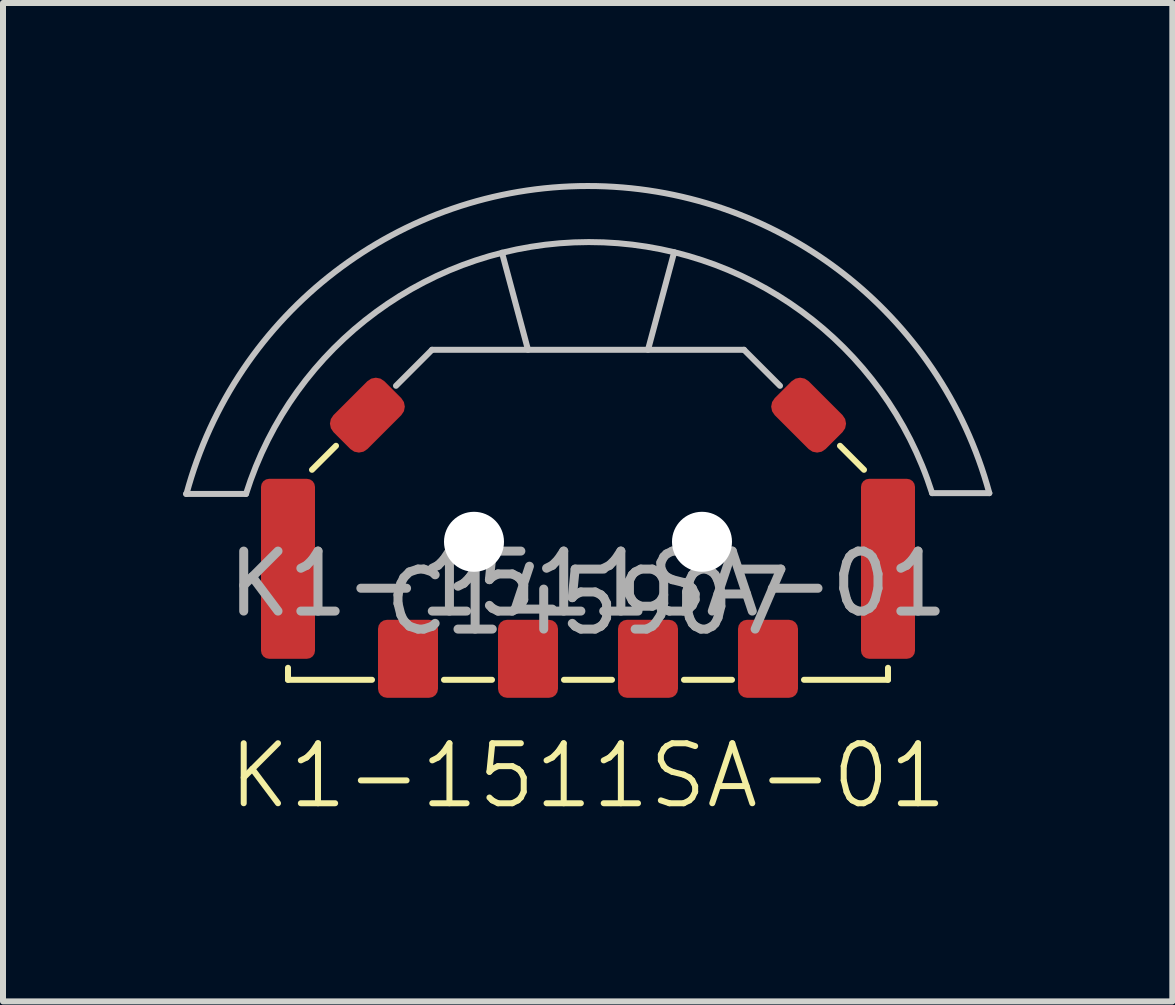
<source format=kicad_pcb>
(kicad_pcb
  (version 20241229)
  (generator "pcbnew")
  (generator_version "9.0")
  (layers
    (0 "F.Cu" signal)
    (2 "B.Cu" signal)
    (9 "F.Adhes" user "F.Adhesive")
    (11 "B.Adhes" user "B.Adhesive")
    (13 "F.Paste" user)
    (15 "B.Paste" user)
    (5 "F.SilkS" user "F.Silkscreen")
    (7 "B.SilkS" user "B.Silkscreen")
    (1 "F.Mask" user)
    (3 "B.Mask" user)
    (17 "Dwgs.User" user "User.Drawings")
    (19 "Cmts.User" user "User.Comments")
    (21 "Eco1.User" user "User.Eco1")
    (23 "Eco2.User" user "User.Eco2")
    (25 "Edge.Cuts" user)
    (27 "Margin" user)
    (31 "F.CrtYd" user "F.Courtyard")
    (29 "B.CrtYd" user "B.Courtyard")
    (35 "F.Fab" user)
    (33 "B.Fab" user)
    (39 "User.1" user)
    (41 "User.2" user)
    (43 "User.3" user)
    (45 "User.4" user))
  (footprint "K1-1511SA-01"
    (layer "F.Cu")
    (at 6.75 6.98)
    (property "Reference" "K1-1511SA-01" (at 0 2.9 0) (unlocked yes) (layer "F.SilkS") (effects (font (size 1 1) (thickness 0.1))))
    (property "JLCPCB" "C145907" (at 0 0 0) (layer "F.Fab") (effects (font (size 1 1) (thickness 0.15))))
    (attr smd)
    (fp_line (start -5 1.3) (end -5 1.1) (stroke (width 0.1) (type default)) (layer "F.SilkS"))
    (fp_line (start -5 1.3) (end -3.6 1.3) (stroke (width 0.1) (type default)) (layer "F.SilkS"))
    (fp_line (start -4.6 -2.2) (end -4.2 -2.6) (stroke (width 0.1) (type default)) (layer "F.SilkS"))
    (fp_line (start -2.4 1.3) (end -1.6 1.3) (stroke (width 0.1) (type default)) (layer "F.SilkS"))
    (fp_line (start -0.4 1.3) (end 0.4 1.3) (stroke (width 0.1) (type default)) (layer "F.SilkS"))
    (fp_line (start 1.6 1.3) (end 2.4 1.3) (stroke (width 0.1) (type default)) (layer "F.SilkS"))
    (fp_line (start 3.6 1.3) (end 5 1.3) (stroke (width 0.1) (type default)) (layer "F.SilkS"))
    (fp_line (start 4.6 -2.2) (end 4.2 -2.6) (stroke (width 0.1) (type default)) (layer "F.SilkS"))
    (fp_line (start 5 1.3) (end 5 1.1) (stroke (width 0.1) (type default)) (layer "F.SilkS"))
    (fp_line (start -5.7 -1.798) (end -6.7 -1.798) (stroke (width 0.1) (type solid)) (layer "Dwgs.User"))
    (fp_line (start -3.2 -3.6) (end -2.6 -4.2) (stroke (width 0.1) (type solid)) (layer "Dwgs.User"))
    (fp_line (start -2.6 -4.2) (end 2.6 -4.2) (stroke (width 0.1) (type solid)) (layer "Dwgs.User"))
    (fp_line (start -1 -4.2) (end -1.433 -5.817) (stroke (width 0.1) (type solid)) (layer "Dwgs.User"))
    (fp_line (start 1 -4.2) (end 1.436 -5.826) (stroke (width 0.1) (type solid)) (layer "Dwgs.User"))
    (fp_line (start 3.2 -3.6) (end 2.6 -4.2) (stroke (width 0.1) (type solid)) (layer "Dwgs.User"))
    (fp_line (start 5.735 -1.811) (end 6.689 -1.811) (stroke (width 0.1) (type solid)) (layer "Dwgs.User"))
    (fp_arc (start -6.692421 -1.797633) (mid -0.007001 -6.929642) (end 6.688775 -1.811152) (stroke (width 0.1) (type solid)) (layer "Dwgs.User"))
    (fp_arc (start -5.7 -1.797633) (mid 0.012639 -5.995558) (end 5.735188 -1.811151) (stroke (width 0.1) (type solid)) (layer "Dwgs.User"))
    (fp_text user "${REFERENCE}" (at 0 -0.3 0) (unlocked yes) (layer "F.Fab") (effects (font (size 1 1) (thickness 0.15))))
    (pad "" np_thru_hole circle (at -1.9 -1) (size 1 1) (drill 1.1) (layers "*.Cu" "*.Mask"))
    (pad "" np_thru_hole circle (at 1.9 -1) (size 1 1) (drill 1.1) (layers "*.Cu" "*.Mask"))
    (pad "1" smd roundrect (at -3 0.95) (size 1 1.3) (layers "F.Cu" "F.Mask" "F.Paste") (roundrect_rratio 0.15))
    (pad "2" smd roundrect (at -1 0.95) (size 1 1.3) (layers "F.Cu" "F.Mask" "F.Paste") (roundrect_rratio 0.15))
    (pad "3" smd roundrect (at 1 0.95) (size 1 1.3) (layers "F.Cu" "F.Mask" "F.Paste") (roundrect_rratio 0.15))
    (pad "4" smd roundrect (at 3 0.95) (size 1 1.3) (layers "F.Cu" "F.Mask" "F.Paste") (roundrect_rratio 0.15))
    (pad "5" smd roundrect (at -5 -0.55) (size 0.9 3) (layers "F.Cu" "F.Mask" "F.Paste") (roundrect_rratio 0.15))
    (pad "5" smd roundrect (at -3.677 -3.111 45) (size 1.2 0.8) (layers "F.Cu" "F.Mask" "F.Paste") (roundrect_rratio 0.25))
    (pad "5" smd roundrect (at 3.677 -3.111 135) (size 1.2 0.8) (layers "F.Cu" "F.Mask" "F.Paste") (roundrect_rratio 0.25))
    (pad "5" smd roundrect (at 5 -0.55) (size 0.9 3) (layers "F.Cu" "F.Mask" "F.Paste") (roundrect_rratio 0.15)))
  (gr_rect
    (start -3 -3)
    (end 16.489 13.64)
    (stroke (width 0.1) (type default))
    (fill no)
    (layer "Edge.Cuts")))
</source>
